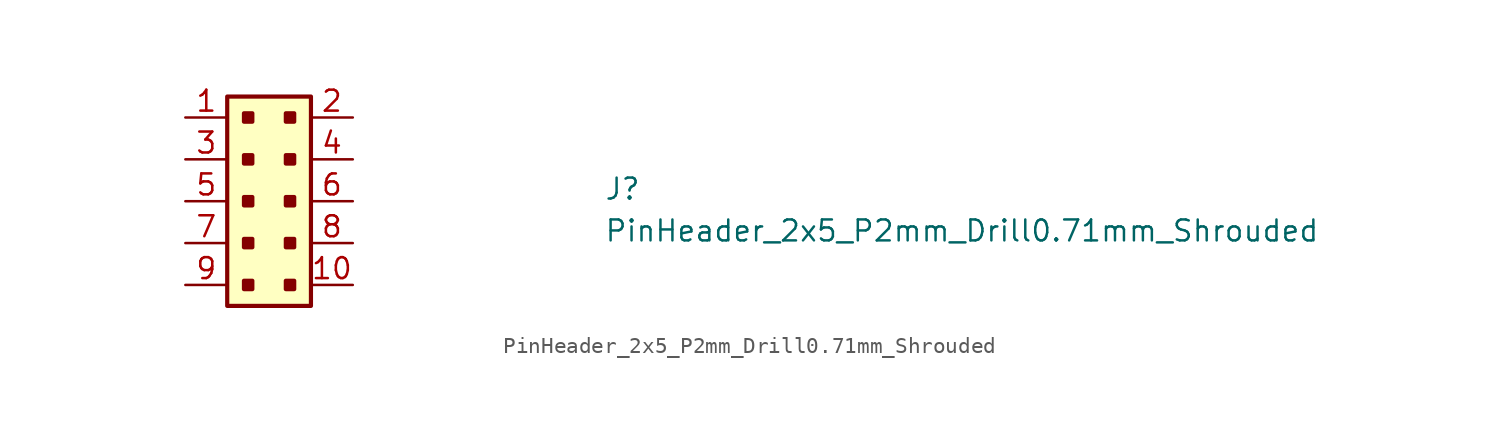
<source format=kicad_sym>
(kicad_symbol_lib
  (version 20211014)
  (generator kicad_symbol_editor)
  (symbol "PinHeader_2x5_P2mm_Drill0.71mm_Shrouded"
    (pin_names hide)
    (property "Reference" "J"
      (at 25.4 -5.08 0)
      (effects (font (size 1.27 1.27) (thickness 0.15)) (justify left bottom)))
    (property "Value" "PinHeader_2x5_P2mm_Drill0.71mm_Shrouded"
      (at 25.4 -7.62 0)
      (effects (font (size 1.27 1.27) (thickness 0.15)) (justify left bottom)))
    (symbol "PinHeader_2x5_P2mm_Drill0.71mm_Shrouded_1_1"
      (rectangle (start 2.54 1.27) (end 7.62 -11.43) (stroke (width 0.254) (type default) (color 0 0 0 0)) (fill (type background)))
      (rectangle (start 3.556 -9.906) (end 4.064 -10.414) (stroke (width 0.254) (type default) (color 0 0 0 0)) (fill (type outline)))
      (rectangle (start 3.556 -7.366) (end 4.064 -7.874) (stroke (width 0.254) (type default) (color 0 0 0 0)) (fill (type outline)))
      (rectangle (start 3.556 -4.826) (end 4.064 -5.334) (stroke (width 0.254) (type default) (color 0 0 0 0)) (fill (type outline)))
      (rectangle (start 3.556 -2.286) (end 4.064 -2.794) (stroke (width 0.254) (type default) (color 0 0 0 0)) (fill (type outline)))
      (rectangle (start 3.556 0.254) (end 4.064 -0.254) (stroke (width 0.254) (type default) (color 0 0 0 0)) (fill (type outline)))
      (rectangle (start 6.096 -9.906) (end 6.604 -10.414) (stroke (width 0.254) (type default) (color 0 0 0 0)) (fill (type outline)))
      (rectangle (start 6.096 -7.366) (end 6.604 -7.874) (stroke (width 0.254) (type default) (color 0 0 0 0)) (fill (type outline)))
      (rectangle (start 6.096 -4.826) (end 6.604 -5.334) (stroke (width 0.254) (type default) (color 0 0 0 0)) (fill (type outline)))
      (rectangle (start 6.096 -2.286) (end 6.604 -2.794) (stroke (width 0.254) (type default) (color 0 0 0 0)) (fill (type outline)))
      (rectangle (start 6.096 0.254) (end 6.604 -0.254) (stroke (width 0.254) (type default) (color 0 0 0 0)) (fill (type outline)))
      (pin passive line (at 0 0 0) (length 2.54) (name "1" (effects (font (size 1.27 1.27)))) (number "1" (effects (font (size 1.27 1.27)))))
      (pin passive line (at 10.16 -10.16 180) (length 2.54) (name "10" (effects (font (size 1.27 1.27)))) (number "10" (effects (font (size 1.27 1.27)))))
      (pin passive line (at 10.16 0 180) (length 2.54) (name "2" (effects (font (size 1.27 1.27)))) (number "2" (effects (font (size 1.27 1.27)))))
      (pin passive line (at 0 -2.54 0) (length 2.54) (name "3" (effects (font (size 1.27 1.27)))) (number "3" (effects (font (size 1.27 1.27)))))
      (pin passive line (at 10.16 -2.54 180) (length 2.54) (name "4" (effects (font (size 1.27 1.27)))) (number "4" (effects (font (size 1.27 1.27)))))
      (pin passive line (at 0 -5.08 0) (length 2.54) (name "5" (effects (font (size 1.27 1.27)))) (number "5" (effects (font (size 1.27 1.27)))))
      (pin passive line (at 10.16 -5.08 180) (length 2.54) (name "6" (effects (font (size 1.27 1.27)))) (number "6" (effects (font (size 1.27 1.27)))))
      (pin passive line (at 0 -7.62 0) (length 2.54) (name "7" (effects (font (size 1.27 1.27)))) (number "7" (effects (font (size 1.27 1.27)))))
      (pin passive line (at 10.16 -7.62 180) (length 2.54) (name "8" (effects (font (size 1.27 1.27)))) (number "8" (effects (font (size 1.27 1.27)))))
      (pin passive line (at 0 -10.16 0) (length 2.54) (name "9" (effects (font (size 1.27 1.27)))) (number "9" (effects (font (size 1.27 1.27))))))))
</source>
